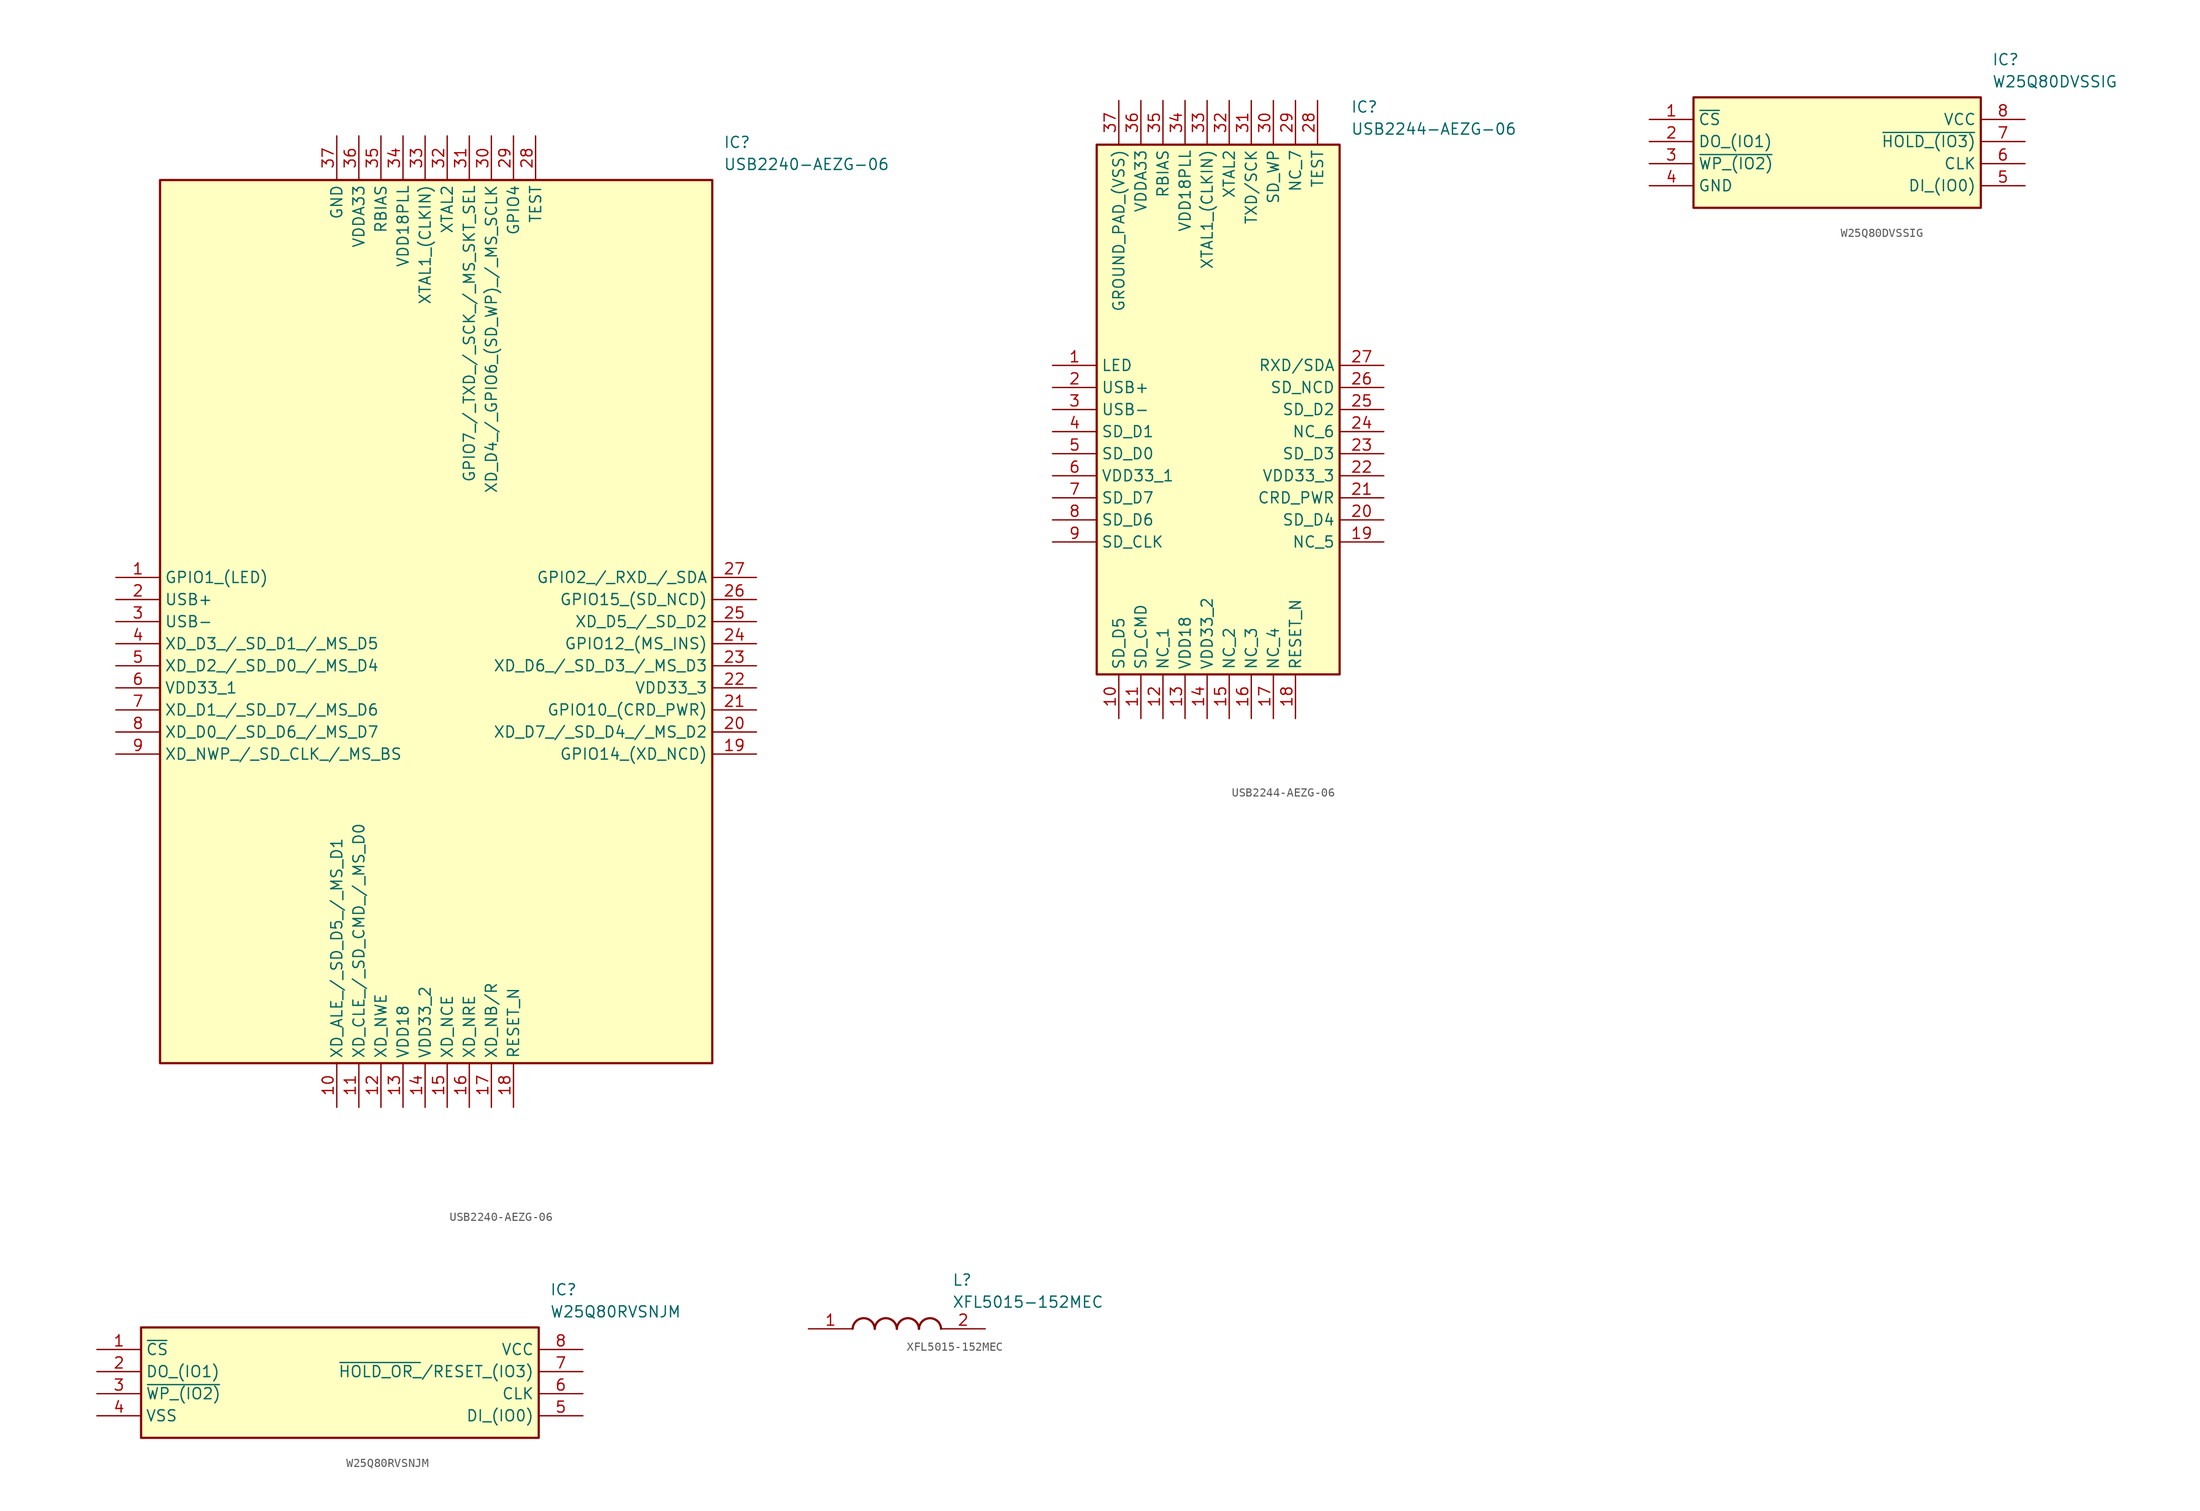
<source format=kicad_sym>
(kicad_symbol_lib
  (version 20220914)
  (generator SamacSys_ECAD_Model)
  (symbol "USB2240-AEZG-06"
    (property "Reference" "IC"
      (at 69.85 50.8 0)
      (effects (font (size 1.27 1.27)) (justify left top)))
    (property "Value" "USB2240-AEZG-06"
      (at 69.85 48.26 0)
      (effects (font (size 1.27 1.27)) (justify left top)))
    (rectangle
      (start 5.08 45.72)
      (end 68.58 -55.88)
      (stroke (width 0.254) (type default))
      (fill (type background)))
    (pin passive line
      (at 0 0 0)
      (length 5.08)
      (name "GPIO1_(LED)" (effects (font (size 1.27 1.27))))
      (number "1" (effects (font (size 1.27 1.27)))))
    (pin passive line
      (at 0 -2.54 0)
      (length 5.08)
      (name "USB+" (effects (font (size 1.27 1.27))))
      (number "2" (effects (font (size 1.27 1.27)))))
    (pin passive line
      (at 0 -5.08 0)
      (length 5.08)
      (name "USB-" (effects (font (size 1.27 1.27))))
      (number "3" (effects (font (size 1.27 1.27)))))
    (pin passive line
      (at 0 -7.62 0)
      (length 5.08)
      (name "XD_D3_/_SD_D1_/_MS_D5" (effects (font (size 1.27 1.27))))
      (number "4" (effects (font (size 1.27 1.27)))))
    (pin passive line
      (at 0 -10.16 0)
      (length 5.08)
      (name "XD_D2_/_SD_D0_/_MS_D4" (effects (font (size 1.27 1.27))))
      (number "5" (effects (font (size 1.27 1.27)))))
    (pin passive line
      (at 0 -12.7 0)
      (length 5.08)
      (name "VDD33_1" (effects (font (size 1.27 1.27))))
      (number "6" (effects (font (size 1.27 1.27)))))
    (pin passive line
      (at 0 -15.24 0)
      (length 5.08)
      (name "XD_D1_/_SD_D7_/_MS_D6" (effects (font (size 1.27 1.27))))
      (number "7" (effects (font (size 1.27 1.27)))))
    (pin passive line
      (at 0 -17.78 0)
      (length 5.08)
      (name "XD_D0_/_SD_D6_/_MS_D7" (effects (font (size 1.27 1.27))))
      (number "8" (effects (font (size 1.27 1.27)))))
    (pin passive line
      (at 0 -20.32 0)
      (length 5.08)
      (name "XD_NWP_/_SD_CLK_/_MS_BS" (effects (font (size 1.27 1.27))))
      (number "9" (effects (font (size 1.27 1.27)))))
    (pin passive line
      (at 25.4 -60.96 90)
      (length 5.08)
      (name "XD_ALE_/_SD_D5_/_MS_D1" (effects (font (size 1.27 1.27))))
      (number "10" (effects (font (size 1.27 1.27)))))
    (pin passive line
      (at 27.94 -60.96 90)
      (length 5.08)
      (name "XD_CLE_/_SD_CMD_/_MS_D0" (effects (font (size 1.27 1.27))))
      (number "11" (effects (font (size 1.27 1.27)))))
    (pin passive line
      (at 30.48 -60.96 90)
      (length 5.08)
      (name "XD_NWE" (effects (font (size 1.27 1.27))))
      (number "12" (effects (font (size 1.27 1.27)))))
    (pin passive line
      (at 33.02 -60.96 90)
      (length 5.08)
      (name "VDD18" (effects (font (size 1.27 1.27))))
      (number "13" (effects (font (size 1.27 1.27)))))
    (pin passive line
      (at 35.56 -60.96 90)
      (length 5.08)
      (name "VDD33_2" (effects (font (size 1.27 1.27))))
      (number "14" (effects (font (size 1.27 1.27)))))
    (pin passive line
      (at 38.1 -60.96 90)
      (length 5.08)
      (name "XD_NCE" (effects (font (size 1.27 1.27))))
      (number "15" (effects (font (size 1.27 1.27)))))
    (pin passive line
      (at 40.64 -60.96 90)
      (length 5.08)
      (name "XD_NRE" (effects (font (size 1.27 1.27))))
      (number "16" (effects (font (size 1.27 1.27)))))
    (pin passive line
      (at 43.18 -60.96 90)
      (length 5.08)
      (name "XD_NB/R" (effects (font (size 1.27 1.27))))
      (number "17" (effects (font (size 1.27 1.27)))))
    (pin passive line
      (at 45.72 -60.96 90)
      (length 5.08)
      (name "RESET_N" (effects (font (size 1.27 1.27))))
      (number "18" (effects (font (size 1.27 1.27)))))
    (pin passive line
      (at 73.66 0 180)
      (length 5.08)
      (name "GPIO2_/_RXD_/_SDA" (effects (font (size 1.27 1.27))))
      (number "27" (effects (font (size 1.27 1.27)))))
    (pin passive line
      (at 73.66 -2.54 180)
      (length 5.08)
      (name "GPIO15_(SD_NCD)" (effects (font (size 1.27 1.27))))
      (number "26" (effects (font (size 1.27 1.27)))))
    (pin passive line
      (at 73.66 -5.08 180)
      (length 5.08)
      (name "XD_D5_/_SD_D2" (effects (font (size 1.27 1.27))))
      (number "25" (effects (font (size 1.27 1.27)))))
    (pin passive line
      (at 73.66 -7.62 180)
      (length 5.08)
      (name "GPIO12_(MS_INS)" (effects (font (size 1.27 1.27))))
      (number "24" (effects (font (size 1.27 1.27)))))
    (pin passive line
      (at 73.66 -10.16 180)
      (length 5.08)
      (name "XD_D6_/_SD_D3_/_MS_D3" (effects (font (size 1.27 1.27))))
      (number "23" (effects (font (size 1.27 1.27)))))
    (pin passive line
      (at 73.66 -12.7 180)
      (length 5.08)
      (name "VDD33_3" (effects (font (size 1.27 1.27))))
      (number "22" (effects (font (size 1.27 1.27)))))
    (pin passive line
      (at 73.66 -15.24 180)
      (length 5.08)
      (name "GPIO10_(CRD_PWR)" (effects (font (size 1.27 1.27))))
      (number "21" (effects (font (size 1.27 1.27)))))
    (pin passive line
      (at 73.66 -17.78 180)
      (length 5.08)
      (name "XD_D7_/_SD_D4_/_MS_D2" (effects (font (size 1.27 1.27))))
      (number "20" (effects (font (size 1.27 1.27)))))
    (pin passive line
      (at 73.66 -20.32 180)
      (length 5.08)
      (name "GPIO14_(XD_NCD)" (effects (font (size 1.27 1.27))))
      (number "19" (effects (font (size 1.27 1.27)))))
    (pin passive line
      (at 25.4 50.8 270)
      (length 5.08)
      (name "GND" (effects (font (size 1.27 1.27))))
      (number "37" (effects (font (size 1.27 1.27)))))
    (pin passive line
      (at 27.94 50.8 270)
      (length 5.08)
      (name "VDDA33" (effects (font (size 1.27 1.27))))
      (number "36" (effects (font (size 1.27 1.27)))))
    (pin passive line
      (at 30.48 50.8 270)
      (length 5.08)
      (name "RBIAS" (effects (font (size 1.27 1.27))))
      (number "35" (effects (font (size 1.27 1.27)))))
    (pin passive line
      (at 33.02 50.8 270)
      (length 5.08)
      (name "VDD18PLL" (effects (font (size 1.27 1.27))))
      (number "34" (effects (font (size 1.27 1.27)))))
    (pin passive line
      (at 35.56 50.8 270)
      (length 5.08)
      (name "XTAL1_(CLKIN)" (effects (font (size 1.27 1.27))))
      (number "33" (effects (font (size 1.27 1.27)))))
    (pin passive line
      (at 38.1 50.8 270)
      (length 5.08)
      (name "XTAL2" (effects (font (size 1.27 1.27))))
      (number "32" (effects (font (size 1.27 1.27)))))
    (pin passive line
      (at 40.64 50.8 270)
      (length 5.08)
      (name "GPIO7_/_TXD_/_SCK_/_MS_SKT_SEL" (effects (font (size 1.27 1.27))))
      (number "31" (effects (font (size 1.27 1.27)))))
    (pin passive line
      (at 43.18 50.8 270)
      (length 5.08)
      (name "XD_D4_/_GPIO6_(SD_WP)_/_MS_SCLK" (effects (font (size 1.27 1.27))))
      (number "30" (effects (font (size 1.27 1.27)))))
    (pin passive line
      (at 45.72 50.8 270)
      (length 5.08)
      (name "GPIO4" (effects (font (size 1.27 1.27))))
      (number "29" (effects (font (size 1.27 1.27)))))
    (pin passive line
      (at 48.26 50.8 270)
      (length 5.08)
      (name "TEST" (effects (font (size 1.27 1.27))))
      (number "28" (effects (font (size 1.27 1.27))))))
  (symbol "USB2244-AEZG-06"
    (property "Reference" "IC"
      (at 34.29 30.48 0)
      (effects (font (size 1.27 1.27)) (justify left top)))
    (property "Value" "USB2244-AEZG-06"
      (at 34.29 27.94 0)
      (effects (font (size 1.27 1.27)) (justify left top)))
    (rectangle
      (start 5.08 25.4)
      (end 33.02 -35.56)
      (stroke (width 0.254) (type default))
      (fill (type background)))
    (pin passive line
      (at 0 0 0)
      (length 5.08)
      (name "LED" (effects (font (size 1.27 1.27))))
      (number "1" (effects (font (size 1.27 1.27)))))
    (pin passive line
      (at 0 -2.54 0)
      (length 5.08)
      (name "USB+" (effects (font (size 1.27 1.27))))
      (number "2" (effects (font (size 1.27 1.27)))))
    (pin passive line
      (at 0 -5.08 0)
      (length 5.08)
      (name "USB-" (effects (font (size 1.27 1.27))))
      (number "3" (effects (font (size 1.27 1.27)))))
    (pin passive line
      (at 0 -7.62 0)
      (length 5.08)
      (name "SD_D1" (effects (font (size 1.27 1.27))))
      (number "4" (effects (font (size 1.27 1.27)))))
    (pin passive line
      (at 0 -10.16 0)
      (length 5.08)
      (name "SD_D0" (effects (font (size 1.27 1.27))))
      (number "5" (effects (font (size 1.27 1.27)))))
    (pin passive line
      (at 0 -12.7 0)
      (length 5.08)
      (name "VDD33_1" (effects (font (size 1.27 1.27))))
      (number "6" (effects (font (size 1.27 1.27)))))
    (pin passive line
      (at 0 -15.24 0)
      (length 5.08)
      (name "SD_D7" (effects (font (size 1.27 1.27))))
      (number "7" (effects (font (size 1.27 1.27)))))
    (pin passive line
      (at 0 -17.78 0)
      (length 5.08)
      (name "SD_D6" (effects (font (size 1.27 1.27))))
      (number "8" (effects (font (size 1.27 1.27)))))
    (pin passive line
      (at 0 -20.32 0)
      (length 5.08)
      (name "SD_CLK" (effects (font (size 1.27 1.27))))
      (number "9" (effects (font (size 1.27 1.27)))))
    (pin passive line
      (at 7.62 -40.64 90)
      (length 5.08)
      (name "SD_D5" (effects (font (size 1.27 1.27))))
      (number "10" (effects (font (size 1.27 1.27)))))
    (pin passive line
      (at 10.16 -40.64 90)
      (length 5.08)
      (name "SD_CMD" (effects (font (size 1.27 1.27))))
      (number "11" (effects (font (size 1.27 1.27)))))
    (pin passive line
      (at 12.7 -40.64 90)
      (length 5.08)
      (name "NC_1" (effects (font (size 1.27 1.27))))
      (number "12" (effects (font (size 1.27 1.27)))))
    (pin passive line
      (at 15.24 -40.64 90)
      (length 5.08)
      (name "VDD18" (effects (font (size 1.27 1.27))))
      (number "13" (effects (font (size 1.27 1.27)))))
    (pin passive line
      (at 17.78 -40.64 90)
      (length 5.08)
      (name "VDD33_2" (effects (font (size 1.27 1.27))))
      (number "14" (effects (font (size 1.27 1.27)))))
    (pin passive line
      (at 20.32 -40.64 90)
      (length 5.08)
      (name "NC_2" (effects (font (size 1.27 1.27))))
      (number "15" (effects (font (size 1.27 1.27)))))
    (pin passive line
      (at 22.86 -40.64 90)
      (length 5.08)
      (name "NC_3" (effects (font (size 1.27 1.27))))
      (number "16" (effects (font (size 1.27 1.27)))))
    (pin passive line
      (at 25.4 -40.64 90)
      (length 5.08)
      (name "NC_4" (effects (font (size 1.27 1.27))))
      (number "17" (effects (font (size 1.27 1.27)))))
    (pin passive line
      (at 27.94 -40.64 90)
      (length 5.08)
      (name "RESET_N" (effects (font (size 1.27 1.27))))
      (number "18" (effects (font (size 1.27 1.27)))))
    (pin passive line
      (at 38.1 0 180)
      (length 5.08)
      (name "RXD/SDA" (effects (font (size 1.27 1.27))))
      (number "27" (effects (font (size 1.27 1.27)))))
    (pin passive line
      (at 38.1 -2.54 180)
      (length 5.08)
      (name "SD_NCD" (effects (font (size 1.27 1.27))))
      (number "26" (effects (font (size 1.27 1.27)))))
    (pin passive line
      (at 38.1 -5.08 180)
      (length 5.08)
      (name "SD_D2" (effects (font (size 1.27 1.27))))
      (number "25" (effects (font (size 1.27 1.27)))))
    (pin passive line
      (at 38.1 -7.62 180)
      (length 5.08)
      (name "NC_6" (effects (font (size 1.27 1.27))))
      (number "24" (effects (font (size 1.27 1.27)))))
    (pin passive line
      (at 38.1 -10.16 180)
      (length 5.08)
      (name "SD_D3" (effects (font (size 1.27 1.27))))
      (number "23" (effects (font (size 1.27 1.27)))))
    (pin passive line
      (at 38.1 -12.7 180)
      (length 5.08)
      (name "VDD33_3" (effects (font (size 1.27 1.27))))
      (number "22" (effects (font (size 1.27 1.27)))))
    (pin passive line
      (at 38.1 -15.24 180)
      (length 5.08)
      (name "CRD_PWR" (effects (font (size 1.27 1.27))))
      (number "21" (effects (font (size 1.27 1.27)))))
    (pin passive line
      (at 38.1 -17.78 180)
      (length 5.08)
      (name "SD_D4" (effects (font (size 1.27 1.27))))
      (number "20" (effects (font (size 1.27 1.27)))))
    (pin passive line
      (at 38.1 -20.32 180)
      (length 5.08)
      (name "NC_5" (effects (font (size 1.27 1.27))))
      (number "19" (effects (font (size 1.27 1.27)))))
    (pin passive line
      (at 7.62 30.48 270)
      (length 5.08)
      (name "GROUND_PAD_(VSS)" (effects (font (size 1.27 1.27))))
      (number "37" (effects (font (size 1.27 1.27)))))
    (pin passive line
      (at 10.16 30.48 270)
      (length 5.08)
      (name "VDDA33" (effects (font (size 1.27 1.27))))
      (number "36" (effects (font (size 1.27 1.27)))))
    (pin passive line
      (at 12.7 30.48 270)
      (length 5.08)
      (name "RBIAS" (effects (font (size 1.27 1.27))))
      (number "35" (effects (font (size 1.27 1.27)))))
    (pin passive line
      (at 15.24 30.48 270)
      (length 5.08)
      (name "VDD18PLL" (effects (font (size 1.27 1.27))))
      (number "34" (effects (font (size 1.27 1.27)))))
    (pin passive line
      (at 17.78 30.48 270)
      (length 5.08)
      (name "XTAL1_(CLKIN)" (effects (font (size 1.27 1.27))))
      (number "33" (effects (font (size 1.27 1.27)))))
    (pin passive line
      (at 20.32 30.48 270)
      (length 5.08)
      (name "XTAL2" (effects (font (size 1.27 1.27))))
      (number "32" (effects (font (size 1.27 1.27)))))
    (pin passive line
      (at 22.86 30.48 270)
      (length 5.08)
      (name "TXD/SCK" (effects (font (size 1.27 1.27))))
      (number "31" (effects (font (size 1.27 1.27)))))
    (pin passive line
      (at 25.4 30.48 270)
      (length 5.08)
      (name "SD_WP" (effects (font (size 1.27 1.27))))
      (number "30" (effects (font (size 1.27 1.27)))))
    (pin passive line
      (at 27.94 30.48 270)
      (length 5.08)
      (name "NC_7" (effects (font (size 1.27 1.27))))
      (number "29" (effects (font (size 1.27 1.27)))))
    (pin passive line
      (at 30.48 30.48 270)
      (length 5.08)
      (name "TEST" (effects (font (size 1.27 1.27))))
      (number "28" (effects (font (size 1.27 1.27))))))
  (symbol "W25Q80DVSSIG"
    (property "Reference" "IC"
      (at 39.37 7.62 0)
      (effects (font (size 1.27 1.27)) (justify left top)))
    (property "Value" "W25Q80DVSSIG"
      (at 39.37 5.08 0)
      (effects (font (size 1.27 1.27)) (justify left top)))
    (rectangle
      (start 5.08 2.54)
      (end 38.1 -10.16)
      (stroke (width 0.254) (type default))
      (fill (type background)))
    (pin passive line
      (at 0 0 0)
      (length 5.08)
      (name "~{CS}" (effects (font (size 1.27 1.27))))
      (number "1" (effects (font (size 1.27 1.27)))))
    (pin passive line
      (at 0 -2.54 0)
      (length 5.08)
      (name "DO_(IO1)" (effects (font (size 1.27 1.27))))
      (number "2" (effects (font (size 1.27 1.27)))))
    (pin passive line
      (at 0 -5.08 0)
      (length 5.08)
      (name "~{WP_(IO2)}" (effects (font (size 1.27 1.27))))
      (number "3" (effects (font (size 1.27 1.27)))))
    (pin passive line
      (at 0 -7.62 0)
      (length 5.08)
      (name "GND" (effects (font (size 1.27 1.27))))
      (number "4" (effects (font (size 1.27 1.27)))))
    (pin passive line
      (at 43.18 0 180)
      (length 5.08)
      (name "VCC" (effects (font (size 1.27 1.27))))
      (number "8" (effects (font (size 1.27 1.27)))))
    (pin passive line
      (at 43.18 -2.54 180)
      (length 5.08)
      (name "~{HOLD_(IO3)}" (effects (font (size 1.27 1.27))))
      (number "7" (effects (font (size 1.27 1.27)))))
    (pin passive line
      (at 43.18 -5.08 180)
      (length 5.08)
      (name "CLK" (effects (font (size 1.27 1.27))))
      (number "6" (effects (font (size 1.27 1.27)))))
    (pin passive line
      (at 43.18 -7.62 180)
      (length 5.08)
      (name "DI_(IO0)" (effects (font (size 1.27 1.27))))
      (number "5" (effects (font (size 1.27 1.27))))))
  (symbol "W25Q80RVSNJM"
    (property "Reference" "IC"
      (at 52.07 7.62 0)
      (effects (font (size 1.27 1.27)) (justify left top)))
    (property "Value" "W25Q80RVSNJM"
      (at 52.07 5.08 0)
      (effects (font (size 1.27 1.27)) (justify left top)))
    (rectangle
      (start 5.08 2.54)
      (end 50.8 -10.16)
      (stroke (width 0.254) (type default))
      (fill (type background)))
    (pin passive line
      (at 0 0 0)
      (length 5.08)
      (name "~{CS}" (effects (font (size 1.27 1.27))))
      (number "1" (effects (font (size 1.27 1.27)))))
    (pin passive line
      (at 0 -2.54 0)
      (length 5.08)
      (name "DO_(IO1)" (effects (font (size 1.27 1.27))))
      (number "2" (effects (font (size 1.27 1.27)))))
    (pin passive line
      (at 0 -5.08 0)
      (length 5.08)
      (name "~{WP_(IO2)}" (effects (font (size 1.27 1.27))))
      (number "3" (effects (font (size 1.27 1.27)))))
    (pin passive line
      (at 0 -7.62 0)
      (length 5.08)
      (name "VSS" (effects (font (size 1.27 1.27))))
      (number "4" (effects (font (size 1.27 1.27)))))
    (pin passive line
      (at 55.88 0 180)
      (length 5.08)
      (name "VCC" (effects (font (size 1.27 1.27))))
      (number "8" (effects (font (size 1.27 1.27)))))
    (pin passive line
      (at 55.88 -2.54 180)
      (length 5.08)
      (name "~{HOLD_OR_}/RESET_(IO3)" (effects (font (size 1.27 1.27))))
      (number "7" (effects (font (size 1.27 1.27)))))
    (pin passive line
      (at 55.88 -5.08 180)
      (length 5.08)
      (name "CLK" (effects (font (size 1.27 1.27))))
      (number "6" (effects (font (size 1.27 1.27)))))
    (pin passive line
      (at 55.88 -7.62 180)
      (length 5.08)
      (name "DI_(IO0)" (effects (font (size 1.27 1.27))))
      (number "5" (effects (font (size 1.27 1.27))))))
  (symbol "XFL5015-152MEC"
    (pin_names hide)
    (property "Reference" "L"
      (at 16.51 6.35 0)
      (effects (font (size 1.27 1.27)) (justify left top)))
    (property "Value" "XFL5015-152MEC"
      (at 16.51 3.81 0)
      (effects (font (size 1.27 1.27)) (justify left top)))
    (arc
      (start 7.62 0)
      (mid 6.35 1.219)
      (end 5.08 0)
      (stroke (width 0.254) (type default))
      (fill (type none)))
    (arc
      (start 10.16 0)
      (mid 8.89 1.219)
      (end 7.62 0)
      (stroke (width 0.254) (type default))
      (fill (type none)))
    (arc
      (start 12.7 0)
      (mid 11.43 1.219)
      (end 10.16 0)
      (stroke (width 0.254) (type default))
      (fill (type none)))
    (arc
      (start 15.24 0)
      (mid 13.97 1.219)
      (end 12.7 0)
      (stroke (width 0.254) (type default))
      (fill (type none)))
    (pin passive line
      (at 0 0 0)
      (length 5.08)
      (name "1" (effects (font (size 1.27 1.27))))
      (number "1" (effects (font (size 1.27 1.27)))))
    (pin passive line
      (at 20.32 0 180)
      (length 5.08)
      (name "2" (effects (font (size 1.27 1.27))))
      (number "2" (effects (font (size 1.27 1.27)))))))
</source>
